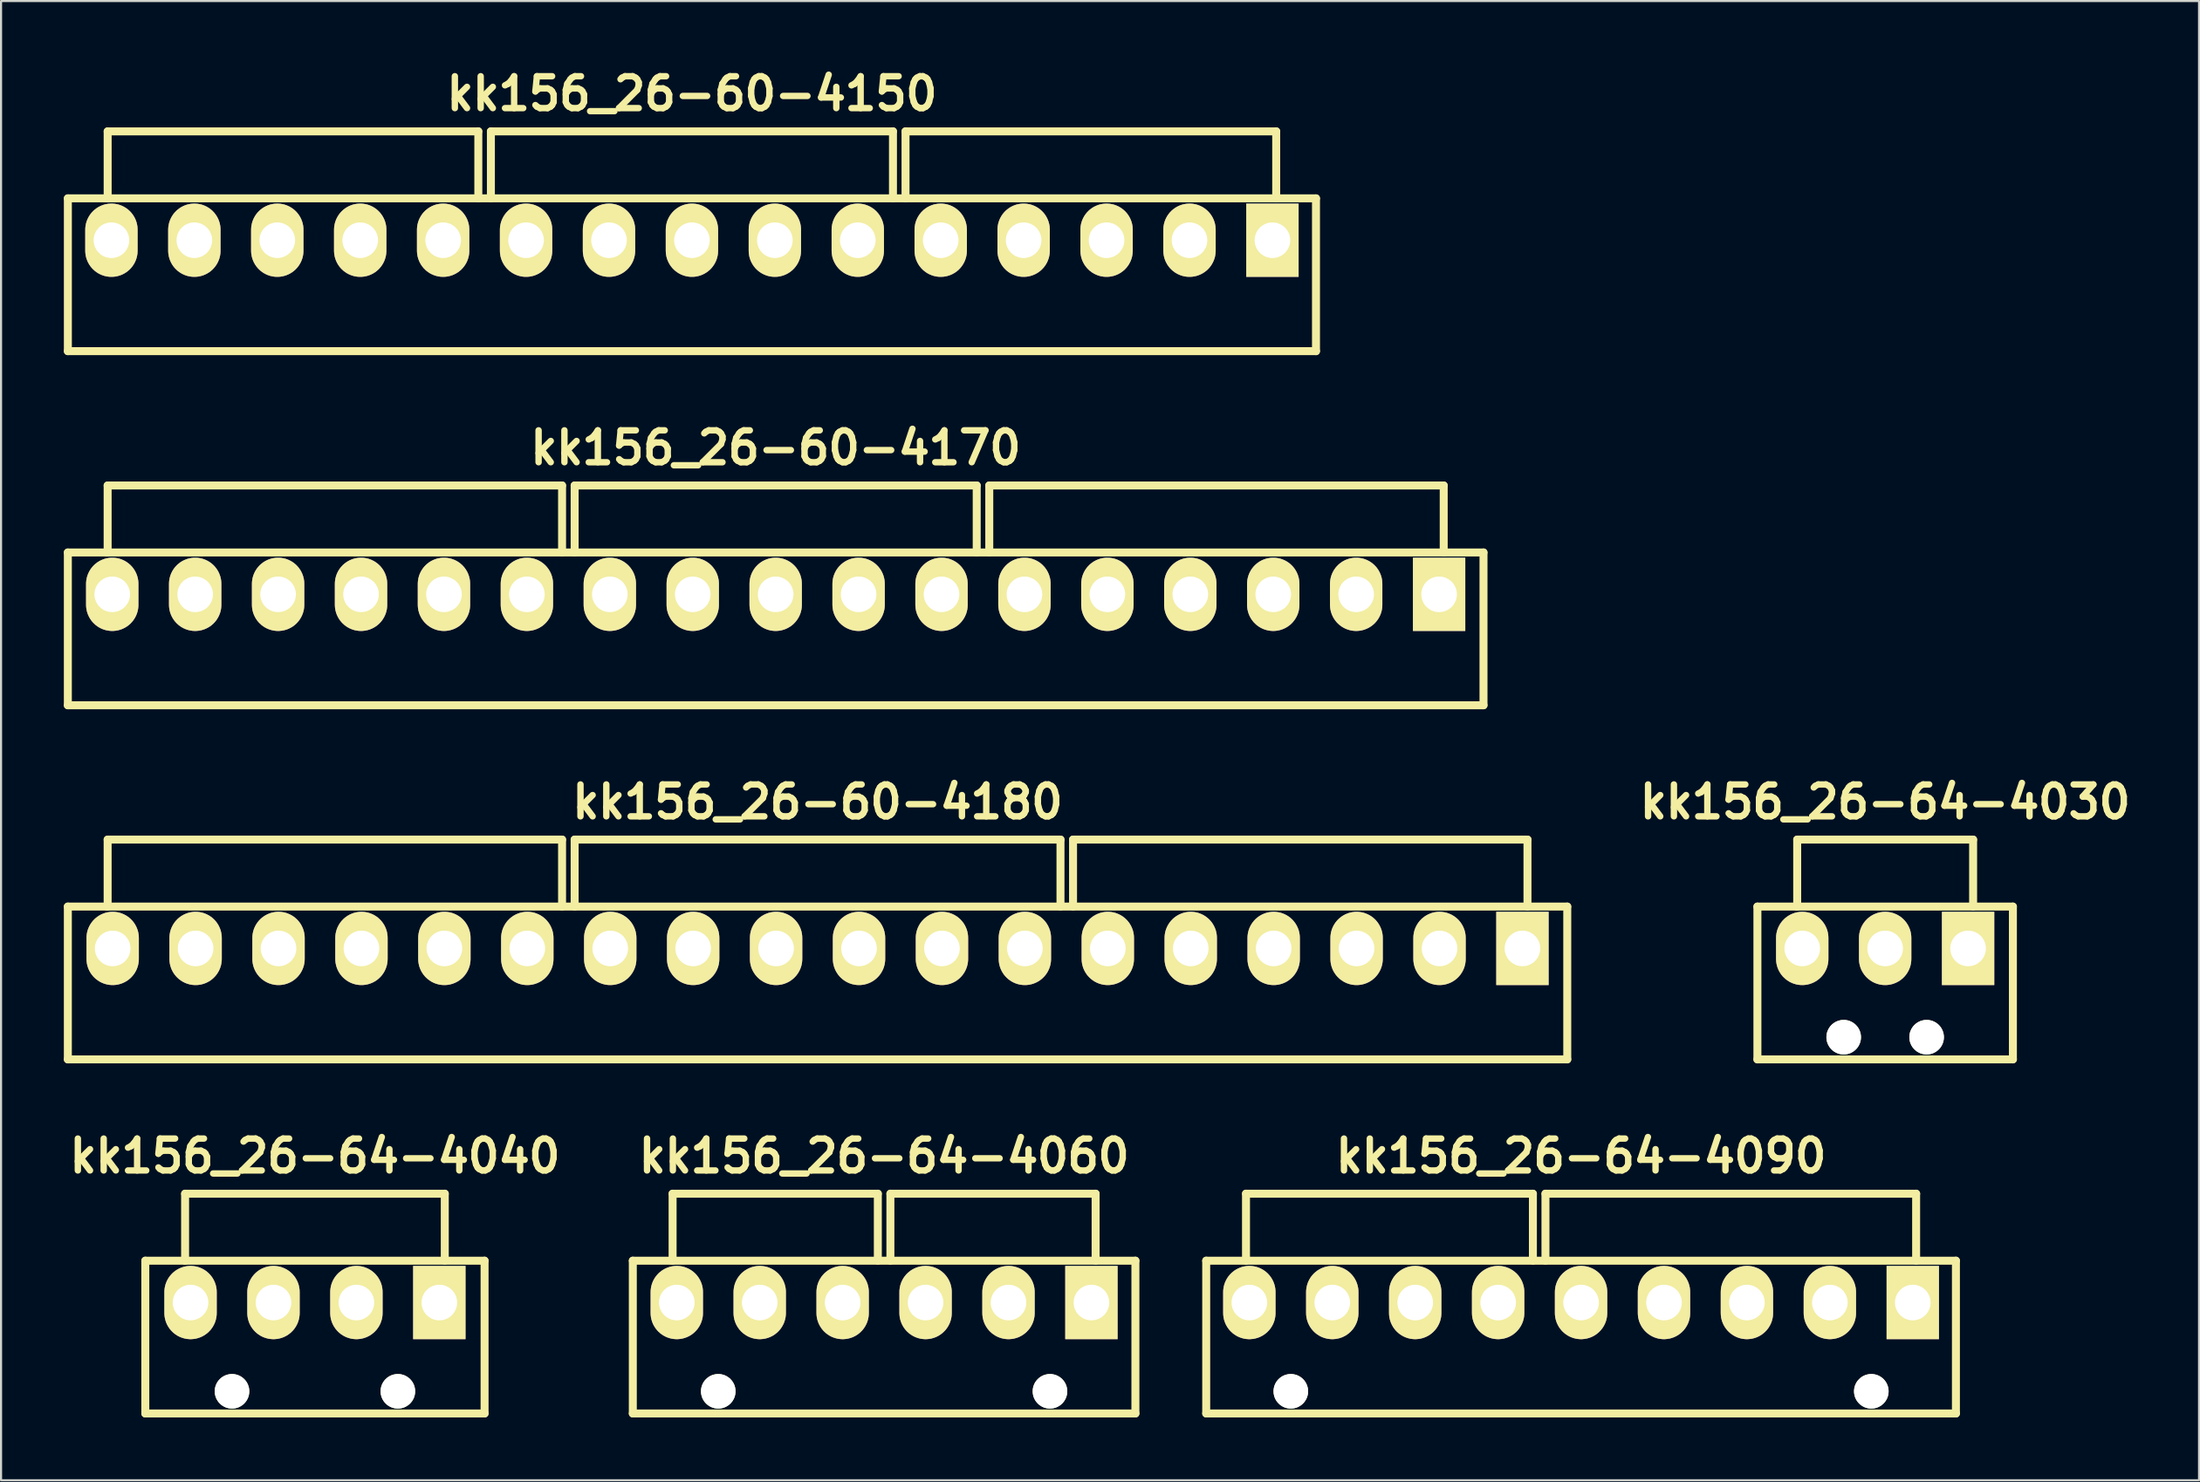
<source format=kicad_pcb>
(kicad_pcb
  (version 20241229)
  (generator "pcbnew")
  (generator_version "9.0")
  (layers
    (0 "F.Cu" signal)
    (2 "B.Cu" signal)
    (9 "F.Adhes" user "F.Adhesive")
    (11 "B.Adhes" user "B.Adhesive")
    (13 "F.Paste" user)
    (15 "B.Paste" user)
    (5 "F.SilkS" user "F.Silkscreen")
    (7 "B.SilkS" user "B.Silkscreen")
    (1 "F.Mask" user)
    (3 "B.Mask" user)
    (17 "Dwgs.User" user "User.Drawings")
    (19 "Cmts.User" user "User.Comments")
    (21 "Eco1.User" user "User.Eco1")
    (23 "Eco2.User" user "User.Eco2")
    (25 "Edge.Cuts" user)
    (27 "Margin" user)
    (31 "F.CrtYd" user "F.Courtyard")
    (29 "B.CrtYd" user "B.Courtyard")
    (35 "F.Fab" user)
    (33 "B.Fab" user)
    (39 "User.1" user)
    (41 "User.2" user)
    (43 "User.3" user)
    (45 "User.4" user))
  (footprint "kk156_26-64-4090"
    (layer "F.Cu")
    (at 72.449 59.177)
    (property "Reference" "kk156_26-64-4090" (at 0 -7 0) (layer "F.SilkS") (effects (font (size 1.524 1.524) (thickness 0.305))))
    (attr through_hole)
    (fp_line (start -17.9 -2) (end 17.9 -2) (stroke (width 0.381) (type solid)) (layer "F.SilkS"))
    (fp_line (start -17.9 5.3) (end -17.9 -2) (stroke (width 0.381) (type solid)) (layer "F.SilkS"))
    (fp_line (start -17.9 5.3) (end 17.9 5.3) (stroke (width 0.381) (type solid)) (layer "F.SilkS"))
    (fp_line (start -16 -2) (end -16 -5.2) (stroke (width 0.381) (type solid)) (layer "F.SilkS"))
    (fp_line (start -2.3 -5.2) (end -16 -5.2) (stroke (width 0.381) (type solid)) (layer "F.SilkS"))
    (fp_line (start -2.3 -2) (end -2.3 -5.2) (stroke (width 0.381) (type solid)) (layer "F.SilkS"))
    (fp_line (start -1.7 -5.2) (end 16 -5.2) (stroke (width 0.381) (type solid)) (layer "F.SilkS"))
    (fp_line (start -1.7 -2) (end -1.7 -5.2) (stroke (width 0.381) (type solid)) (layer "F.SilkS"))
    (fp_line (start 16 -5.2) (end 16 -2) (stroke (width 0.381) (type solid)) (layer "F.SilkS"))
    (fp_line (start 17.9 -2) (end 17.9 5.3) (stroke (width 0.381) (type solid)) (layer "F.SilkS"))
    (pad "" np_thru_hole circle (at -13.86 4.24) (size 1.65 1.65) (drill 1.65) (layers "*.Cu" "F.SilkS"))
    (pad "" np_thru_hole circle (at 13.86 4.24) (size 1.65 1.65) (drill 1.65) (layers "*.Cu" "F.SilkS"))
    (pad "1" thru_hole rect (at 15.84 0) (size 2.5 3.5) (drill 1.7) (layers "*.Cu" "*.Mask" "F.SilkS"))
    (pad "2" thru_hole oval (at 11.88 0) (size 2.5 3.5) (drill 1.7) (layers "*.Cu" "*.Mask" "F.SilkS"))
    (pad "3" thru_hole oval (at 7.92 0) (size 2.5 3.5) (drill 1.7) (layers "*.Cu" "*.Mask" "F.SilkS"))
    (pad "4" thru_hole oval (at 3.96 0) (size 2.5 3.5) (drill 1.7) (layers "*.Cu" "*.Mask" "F.SilkS"))
    (pad "5" thru_hole oval (at 0 0) (size 2.5 3.5) (drill 1.7) (layers "*.Cu" "*.Mask" "F.SilkS"))
    (pad "6" thru_hole oval (at -3.96 0) (size 2.5 3.5) (drill 1.7) (layers "*.Cu" "*.Mask" "F.SilkS"))
    (pad "7" thru_hole oval (at -7.92 0) (size 2.5 3.5) (drill 1.7) (layers "*.Cu" "*.Mask" "F.SilkS"))
    (pad "8" thru_hole oval (at -11.88 0) (size 2.5 3.5) (drill 1.7) (layers "*.Cu" "*.Mask" "F.SilkS"))
    (pad "9" thru_hole oval (at -15.84 0) (size 2.5 3.5) (drill 1.7) (layers "*.Cu" "*.Mask" "F.SilkS")))
  (footprint "kk156_26-64-4040"
    (layer "F.Cu")
    (at 11.989 59.177)
    (property "Reference" "kk156_26-64-4040" (at 0 -7 0) (layer "F.SilkS") (effects (font (size 1.524 1.524) (thickness 0.305))))
    (attr through_hole)
    (fp_line (start -8.1 -2) (end 8.1 -2) (stroke (width 0.381) (type solid)) (layer "F.SilkS"))
    (fp_line (start -8.1 5.3) (end -8.1 -2) (stroke (width 0.381) (type solid)) (layer "F.SilkS"))
    (fp_line (start -8.1 5.3) (end 8.1 5.3) (stroke (width 0.381) (type solid)) (layer "F.SilkS"))
    (fp_line (start -6.2 -5.2) (end 6.2 -5.2) (stroke (width 0.381) (type solid)) (layer "F.SilkS"))
    (fp_line (start -6.2 -2) (end -6.2 -5.2) (stroke (width 0.381) (type solid)) (layer "F.SilkS"))
    (fp_line (start 6.2 -5.2) (end 6.2 -2) (stroke (width 0.381) (type solid)) (layer "F.SilkS"))
    (fp_line (start 8.1 -2) (end 8.1 5.3) (stroke (width 0.381) (type solid)) (layer "F.SilkS"))
    (pad "" np_thru_hole circle (at -3.96 4.24) (size 1.65 1.65) (drill 1.65) (layers "*.Cu" "F.SilkS"))
    (pad "" np_thru_hole circle (at 3.96 4.24) (size 1.65 1.65) (drill 1.65) (layers "*.Cu" "F.SilkS"))
    (pad "1" thru_hole rect (at 5.94 0) (size 2.5 3.5) (drill 1.7) (layers "*.Cu" "*.Mask" "F.SilkS"))
    (pad "2" thru_hole oval (at 1.98 0) (size 2.5 3.5) (drill 1.7) (layers "*.Cu" "*.Mask" "F.SilkS"))
    (pad "3" thru_hole oval (at -1.98 0) (size 2.5 3.5) (drill 1.7) (layers "*.Cu" "*.Mask" "F.SilkS"))
    (pad "4" thru_hole oval (at -5.94 0) (size 2.5 3.5) (drill 1.7) (layers "*.Cu" "*.Mask" "F.SilkS")))
  (footprint "kk156_26-60-4150"
    (layer "F.Cu")
    (at 29.991 8.426)
    (property "Reference" "kk156_26-60-4150" (at 0 -7 0) (layer "F.SilkS") (effects (font (size 1.524 1.524) (thickness 0.305))))
    (attr through_hole)
    (fp_line (start -29.8 -2) (end 29.8 -2) (stroke (width 0.381) (type solid)) (layer "F.SilkS"))
    (fp_line (start -29.8 5.3) (end -29.8 -2) (stroke (width 0.381) (type solid)) (layer "F.SilkS"))
    (fp_line (start -29.8 5.3) (end 29.8 5.3) (stroke (width 0.381) (type solid)) (layer "F.SilkS"))
    (fp_line (start -27.9 -2) (end -27.9 -5.2) (stroke (width 0.381) (type solid)) (layer "F.SilkS"))
    (fp_line (start -10.2 -5.2) (end -27.9 -5.2) (stroke (width 0.381) (type solid)) (layer "F.SilkS"))
    (fp_line (start -10.2 -2) (end -10.2 -5.2) (stroke (width 0.381) (type solid)) (layer "F.SilkS"))
    (fp_line (start -9.6 -5.2) (end 9.6 -5.2) (stroke (width 0.381) (type solid)) (layer "F.SilkS"))
    (fp_line (start -9.6 -2) (end -9.6 -5.2) (stroke (width 0.381) (type solid)) (layer "F.SilkS"))
    (fp_line (start 9.6 -5.2) (end 9.6 -2) (stroke (width 0.381) (type solid)) (layer "F.SilkS"))
    (fp_line (start 10.2 -5.2) (end 27.9 -5.2) (stroke (width 0.381) (type solid)) (layer "F.SilkS"))
    (fp_line (start 10.2 -2) (end 10.2 -5.2) (stroke (width 0.381) (type solid)) (layer "F.SilkS"))
    (fp_line (start 27.9 -5.2) (end 27.9 -2) (stroke (width 0.381) (type solid)) (layer "F.SilkS"))
    (fp_line (start 29.8 -2) (end 29.8 5.3) (stroke (width 0.381) (type solid)) (layer "F.SilkS"))
    (pad "1" thru_hole rect (at 27.72 0) (size 2.5 3.5) (drill 1.7) (layers "*.Cu" "*.Mask" "F.SilkS"))
    (pad "2" thru_hole oval (at 23.76 0) (size 2.5 3.5) (drill 1.7) (layers "*.Cu" "*.Mask" "F.SilkS"))
    (pad "3" thru_hole oval (at 19.8 0) (size 2.5 3.5) (drill 1.7) (layers "*.Cu" "*.Mask" "F.SilkS"))
    (pad "4" thru_hole oval (at 15.84 0) (size 2.5 3.5) (drill 1.7) (layers "*.Cu" "*.Mask" "F.SilkS"))
    (pad "5" thru_hole oval (at 11.88 0) (size 2.5 3.5) (drill 1.7) (layers "*.Cu" "*.Mask" "F.SilkS"))
    (pad "6" thru_hole oval (at 7.92 0) (size 2.5 3.5) (drill 1.7) (layers "*.Cu" "*.Mask" "F.SilkS"))
    (pad "7" thru_hole oval (at 3.96 0) (size 2.5 3.5) (drill 1.7) (layers "*.Cu" "*.Mask" "F.SilkS"))
    (pad "8" thru_hole oval (at 0 0) (size 2.5 3.5) (drill 1.7) (layers "*.Cu" "*.Mask" "F.SilkS"))
    (pad "9" thru_hole oval (at -3.96 0) (size 2.5 3.5) (drill 1.7) (layers "*.Cu" "*.Mask" "F.SilkS"))
    (pad "10" thru_hole oval (at -7.92 0) (size 2.5 3.5) (drill 1.7) (layers "*.Cu" "*.Mask" "F.SilkS"))
    (pad "11" thru_hole oval (at -11.88 0) (size 2.5 3.5) (drill 1.7) (layers "*.Cu" "*.Mask" "F.SilkS"))
    (pad "12" thru_hole oval (at -15.84 0) (size 2.5 3.5) (drill 1.7) (layers "*.Cu" "*.Mask" "F.SilkS"))
    (pad "13" thru_hole oval (at -19.8 0) (size 2.5 3.5) (drill 1.7) (layers "*.Cu" "*.Mask" "F.SilkS"))
    (pad "14" thru_hole oval (at -23.76 0) (size 2.5 3.5) (drill 1.7) (layers "*.Cu" "*.Mask" "F.SilkS"))
    (pad "15" thru_hole oval (at -27.72 0) (size 2.5 3.5) (drill 1.7) (layers "*.Cu" "*.Mask" "F.SilkS")))
  (footprint "kk156_26-64-4060"
    (layer "F.Cu")
    (at 39.168 59.177)
    (property "Reference" "kk156_26-64-4060" (at 0 -7 0) (layer "F.SilkS") (effects (font (size 1.524 1.524) (thickness 0.305))))
    (attr through_hole)
    (fp_line (start -12 -2) (end 12 -2) (stroke (width 0.381) (type solid)) (layer "F.SilkS"))
    (fp_line (start -12 5.3) (end -12 -2) (stroke (width 0.381) (type solid)) (layer "F.SilkS"))
    (fp_line (start -12 5.3) (end 12 5.3) (stroke (width 0.381) (type solid)) (layer "F.SilkS"))
    (fp_line (start -10.1 -2) (end -10.1 -5.2) (stroke (width 0.381) (type solid)) (layer "F.SilkS"))
    (fp_line (start -0.3 -5.2) (end -10.1 -5.2) (stroke (width 0.381) (type solid)) (layer "F.SilkS"))
    (fp_line (start -0.3 -2) (end -0.3 -5.2) (stroke (width 0.381) (type solid)) (layer "F.SilkS"))
    (fp_line (start 0.3 -5.2) (end 10.1 -5.2) (stroke (width 0.381) (type solid)) (layer "F.SilkS"))
    (fp_line (start 0.3 -2) (end 0.3 -5.2) (stroke (width 0.381) (type solid)) (layer "F.SilkS"))
    (fp_line (start 10.1 -5.2) (end 10.1 -2) (stroke (width 0.381) (type solid)) (layer "F.SilkS"))
    (fp_line (start 12 -2) (end 12 5.3) (stroke (width 0.381) (type solid)) (layer "F.SilkS"))
    (pad "" np_thru_hole circle (at -7.92 4.24) (size 1.65 1.65) (drill 1.65) (layers "*.Cu" "F.SilkS"))
    (pad "" np_thru_hole circle (at 7.92 4.24) (size 1.65 1.65) (drill 1.65) (layers "*.Cu" "F.SilkS"))
    (pad "1" thru_hole rect (at 9.9 0) (size 2.5 3.5) (drill 1.7) (layers "*.Cu" "*.Mask" "F.SilkS"))
    (pad "2" thru_hole oval (at 5.94 0) (size 2.5 3.5) (drill 1.7) (layers "*.Cu" "*.Mask" "F.SilkS"))
    (pad "3" thru_hole oval (at 1.98 0) (size 2.5 3.5) (drill 1.7) (layers "*.Cu" "*.Mask" "F.SilkS"))
    (pad "4" thru_hole oval (at -1.98 0) (size 2.5 3.5) (drill 1.7) (layers "*.Cu" "*.Mask" "F.SilkS"))
    (pad "5" thru_hole oval (at -5.94 0) (size 2.5 3.5) (drill 1.7) (layers "*.Cu" "*.Mask" "F.SilkS"))
    (pad "6" thru_hole oval (at -9.9 0) (size 2.5 3.5) (drill 1.7) (layers "*.Cu" "*.Mask" "F.SilkS")))
  (footprint "kk156_26-64-4030"
    (layer "F.Cu")
    (at 86.97 42.26)
    (property "Reference" "kk156_26-64-4030" (at 0 -7 0) (layer "F.SilkS") (effects (font (size 1.524 1.524) (thickness 0.305))))
    (attr through_hole)
    (fp_line (start -6.1 -2) (end 6.1 -2) (stroke (width 0.381) (type solid)) (layer "F.SilkS"))
    (fp_line (start -6.1 5.3) (end -6.1 -2) (stroke (width 0.381) (type solid)) (layer "F.SilkS"))
    (fp_line (start -6.1 5.3) (end 6.1 5.3) (stroke (width 0.381) (type solid)) (layer "F.SilkS"))
    (fp_line (start -4.2 -5.2) (end 4.2 -5.2) (stroke (width 0.381) (type solid)) (layer "F.SilkS"))
    (fp_line (start -4.2 -2) (end -4.2 -5.2) (stroke (width 0.381) (type solid)) (layer "F.SilkS"))
    (fp_line (start 4.2 -5.2) (end 4.2 -2) (stroke (width 0.381) (type solid)) (layer "F.SilkS"))
    (fp_line (start 6.1 -2) (end 6.1 5.3) (stroke (width 0.381) (type solid)) (layer "F.SilkS"))
    (pad "" np_thru_hole circle (at -1.98 4.24) (size 1.65 1.65) (drill 1.65) (layers "*.Cu" "F.SilkS"))
    (pad "" np_thru_hole circle (at 1.98 4.24) (size 1.65 1.65) (drill 1.65) (layers "*.Cu" "F.SilkS"))
    (pad "1" thru_hole rect (at 3.96 0) (size 2.5 3.5) (drill 1.7) (layers "*.Cu" "*.Mask" "F.SilkS"))
    (pad "2" thru_hole oval (at 0 0) (size 2.5 3.5) (drill 1.7) (layers "*.Cu" "*.Mask" "F.SilkS"))
    (pad "3" thru_hole oval (at -3.96 0) (size 2.5 3.5) (drill 1.7) (layers "*.Cu" "*.Mask" "F.SilkS")))
  (footprint "kk156_26-60-4170"
    (layer "F.Cu")
    (at 33.99 25.343)
    (property "Reference" "kk156_26-60-4170" (at 0 -7 0) (layer "F.SilkS") (effects (font (size 1.524 1.524) (thickness 0.305))))
    (attr through_hole)
    (fp_line (start -33.8 -2) (end 33.8 -2) (stroke (width 0.381) (type solid)) (layer "F.SilkS"))
    (fp_line (start -33.8 5.3) (end -33.8 -2) (stroke (width 0.381) (type solid)) (layer "F.SilkS"))
    (fp_line (start -33.8 5.3) (end 33.8 5.3) (stroke (width 0.381) (type solid)) (layer "F.SilkS"))
    (fp_line (start -31.9 -2) (end -31.9 -5.2) (stroke (width 0.381) (type solid)) (layer "F.SilkS"))
    (fp_line (start -10.2 -5.2) (end -31.9 -5.2) (stroke (width 0.381) (type solid)) (layer "F.SilkS"))
    (fp_line (start -10.2 -2) (end -10.2 -5.2) (stroke (width 0.381) (type solid)) (layer "F.SilkS"))
    (fp_line (start -9.6 -5.2) (end 9.6 -5.2) (stroke (width 0.381) (type solid)) (layer "F.SilkS"))
    (fp_line (start -9.6 -2) (end -9.6 -5.2) (stroke (width 0.381) (type solid)) (layer "F.SilkS"))
    (fp_line (start 9.6 -5.2) (end 9.6 -2) (stroke (width 0.381) (type solid)) (layer "F.SilkS"))
    (fp_line (start 10.2 -5.2) (end 31.9 -5.2) (stroke (width 0.381) (type solid)) (layer "F.SilkS"))
    (fp_line (start 10.2 -2) (end 10.2 -5.2) (stroke (width 0.381) (type solid)) (layer "F.SilkS"))
    (fp_line (start 31.9 -5.2) (end 31.9 -2) (stroke (width 0.381) (type solid)) (layer "F.SilkS"))
    (fp_line (start 33.8 -2) (end 33.8 5.3) (stroke (width 0.381) (type solid)) (layer "F.SilkS"))
    (pad "1" thru_hole rect (at 31.68 0) (size 2.5 3.5) (drill 1.7) (layers "*.Cu" "*.Mask" "F.SilkS"))
    (pad "2" thru_hole oval (at 27.72 0) (size 2.5 3.5) (drill 1.7) (layers "*.Cu" "*.Mask" "F.SilkS"))
    (pad "3" thru_hole oval (at 23.76 0) (size 2.5 3.5) (drill 1.7) (layers "*.Cu" "*.Mask" "F.SilkS"))
    (pad "4" thru_hole oval (at 19.8 0) (size 2.5 3.5) (drill 1.7) (layers "*.Cu" "*.Mask" "F.SilkS"))
    (pad "5" thru_hole oval (at 15.84 0) (size 2.5 3.5) (drill 1.7) (layers "*.Cu" "*.Mask" "F.SilkS"))
    (pad "6" thru_hole oval (at 11.88 0) (size 2.5 3.5) (drill 1.7) (layers "*.Cu" "*.Mask" "F.SilkS"))
    (pad "7" thru_hole oval (at 7.92 0) (size 2.5 3.5) (drill 1.7) (layers "*.Cu" "*.Mask" "F.SilkS"))
    (pad "8" thru_hole oval (at 3.96 0) (size 2.5 3.5) (drill 1.7) (layers "*.Cu" "*.Mask" "F.SilkS"))
    (pad "9" thru_hole oval (at 0 0) (size 2.5 3.5) (drill 1.7) (layers "*.Cu" "*.Mask" "F.SilkS"))
    (pad "10" thru_hole oval (at -3.96 0) (size 2.5 3.5) (drill 1.7) (layers "*.Cu" "*.Mask" "F.SilkS"))
    (pad "11" thru_hole oval (at -7.92 0) (size 2.5 3.5) (drill 1.7) (layers "*.Cu" "*.Mask" "F.SilkS"))
    (pad "12" thru_hole oval (at -11.88 0) (size 2.5 3.5) (drill 1.7) (layers "*.Cu" "*.Mask" "F.SilkS"))
    (pad "13" thru_hole oval (at -15.84 0) (size 2.5 3.5) (drill 1.7) (layers "*.Cu" "*.Mask" "F.SilkS"))
    (pad "14" thru_hole oval (at -19.8 0) (size 2.5 3.5) (drill 1.7) (layers "*.Cu" "*.Mask" "F.SilkS"))
    (pad "15" thru_hole oval (at -23.76 0) (size 2.5 3.5) (drill 1.7) (layers "*.Cu" "*.Mask" "F.SilkS"))
    (pad "16" thru_hole oval (at -27.72 0) (size 2.5 3.5) (drill 1.7) (layers "*.Cu" "*.Mask" "F.SilkS"))
    (pad "17" thru_hole oval (at -31.68 0) (size 2.5 3.5) (drill 1.7) (layers "*.Cu" "*.Mask" "F.SilkS")))
  (footprint "kk156_26-60-4180"
    (layer "F.Cu")
    (at 35.99 42.26)
    (property "Reference" "kk156_26-60-4180" (at 0 -7 0) (layer "F.SilkS") (effects (font (size 1.524 1.524) (thickness 0.305))))
    (attr through_hole)
    (fp_line (start -35.8 -2) (end 35.8 -2) (stroke (width 0.381) (type solid)) (layer "F.SilkS"))
    (fp_line (start -35.8 5.3) (end -35.8 -2) (stroke (width 0.381) (type solid)) (layer "F.SilkS"))
    (fp_line (start -35.8 5.3) (end 35.8 5.3) (stroke (width 0.381) (type solid)) (layer "F.SilkS"))
    (fp_line (start -33.9 -2) (end -33.9 -5.2) (stroke (width 0.381) (type solid)) (layer "F.SilkS"))
    (fp_line (start -12.2 -5.2) (end -33.9 -5.2) (stroke (width 0.381) (type solid)) (layer "F.SilkS"))
    (fp_line (start -12.2 -2) (end -12.2 -5.2) (stroke (width 0.381) (type solid)) (layer "F.SilkS"))
    (fp_line (start -11.6 -5.2) (end 11.6 -5.2) (stroke (width 0.381) (type solid)) (layer "F.SilkS"))
    (fp_line (start -11.6 -2) (end -11.6 -5.2) (stroke (width 0.381) (type solid)) (layer "F.SilkS"))
    (fp_line (start 11.6 -5.2) (end 11.6 -2) (stroke (width 0.381) (type solid)) (layer "F.SilkS"))
    (fp_line (start 12.2 -5.2) (end 33.9 -5.2) (stroke (width 0.381) (type solid)) (layer "F.SilkS"))
    (fp_line (start 12.2 -2) (end 12.2 -5.2) (stroke (width 0.381) (type solid)) (layer "F.SilkS"))
    (fp_line (start 33.9 -5.2) (end 33.9 -2) (stroke (width 0.381) (type solid)) (layer "F.SilkS"))
    (fp_line (start 35.8 -2) (end 35.8 5.3) (stroke (width 0.381) (type solid)) (layer "F.SilkS"))
    (pad "1" thru_hole rect (at 33.66 0) (size 2.5 3.5) (drill 1.7) (layers "*.Cu" "*.Mask" "F.SilkS"))
    (pad "2" thru_hole oval (at 29.7 0) (size 2.5 3.5) (drill 1.7) (layers "*.Cu" "*.Mask" "F.SilkS"))
    (pad "3" thru_hole oval (at 25.74 0) (size 2.5 3.5) (drill 1.7) (layers "*.Cu" "*.Mask" "F.SilkS"))
    (pad "4" thru_hole oval (at 21.78 0) (size 2.5 3.5) (drill 1.7) (layers "*.Cu" "*.Mask" "F.SilkS"))
    (pad "5" thru_hole oval (at 17.82 0) (size 2.5 3.5) (drill 1.7) (layers "*.Cu" "*.Mask" "F.SilkS"))
    (pad "6" thru_hole oval (at 13.86 0) (size 2.5 3.5) (drill 1.7) (layers "*.Cu" "*.Mask" "F.SilkS"))
    (pad "7" thru_hole oval (at 9.9 0) (size 2.5 3.5) (drill 1.7) (layers "*.Cu" "*.Mask" "F.SilkS"))
    (pad "8" thru_hole oval (at 5.94 0) (size 2.5 3.5) (drill 1.7) (layers "*.Cu" "*.Mask" "F.SilkS"))
    (pad "9" thru_hole oval (at 1.98 0) (size 2.5 3.5) (drill 1.7) (layers "*.Cu" "*.Mask" "F.SilkS"))
    (pad "10" thru_hole oval (at -1.98 0) (size 2.5 3.5) (drill 1.7) (layers "*.Cu" "*.Mask" "F.SilkS"))
    (pad "11" thru_hole oval (at -5.94 0) (size 2.5 3.5) (drill 1.7) (layers "*.Cu" "*.Mask" "F.SilkS"))
    (pad "12" thru_hole oval (at -9.9 0) (size 2.5 3.5) (drill 1.7) (layers "*.Cu" "*.Mask" "F.SilkS"))
    (pad "13" thru_hole oval (at -13.86 0) (size 2.5 3.5) (drill 1.7) (layers "*.Cu" "*.Mask" "F.SilkS"))
    (pad "14" thru_hole oval (at -17.82 0) (size 2.5 3.5) (drill 1.7) (layers "*.Cu" "*.Mask" "F.SilkS"))
    (pad "15" thru_hole oval (at -21.78 0) (size 2.5 3.5) (drill 1.7) (layers "*.Cu" "*.Mask" "F.SilkS"))
    (pad "16" thru_hole oval (at -25.74 0) (size 2.5 3.5) (drill 1.7) (layers "*.Cu" "*.Mask" "F.SilkS"))
    (pad "17" thru_hole oval (at -29.7 0) (size 2.5 3.5) (drill 1.7) (layers "*.Cu" "*.Mask" "F.SilkS"))
    (pad "18" thru_hole oval (at -33.66 0) (size 2.5 3.5) (drill 1.7) (layers "*.Cu" "*.Mask" "F.SilkS")))
  (gr_rect
    (start -3 -3)
    (end 101.959 67.668)
    (stroke (width 0.1) (type default))
    (fill no)
    (layer "Edge.Cuts")))
</source>
